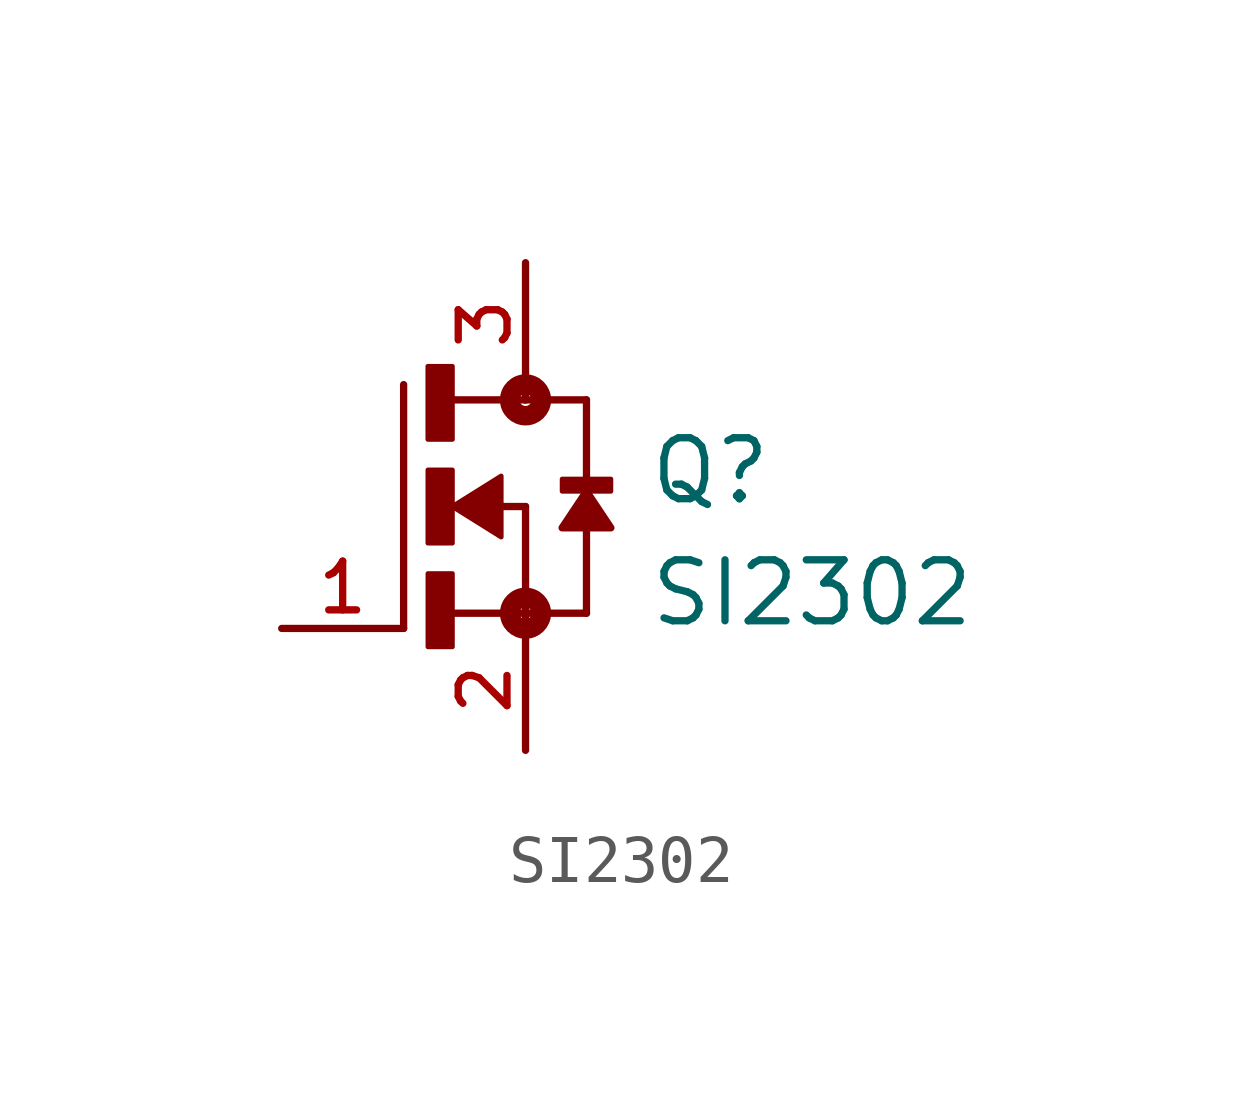
<source format=kicad_sym>
(kicad_symbol_lib
  (version 20220914)
  (generator kicad_symbol_editor)
  (symbol "SI2302"
    (pin_names
      (offset 1.016))
    (property "Reference" "Q"
      (at 16.512 11.43 0)
      (effects (font (size 1.27 1.27)) (justify left bottom)))
    (property "Value" "SI2302"
      (at 16.514 8.886 0)
      (effects (font (size 1.27 1.27)) (justify left bottom)))
    (symbol "SI2302_0_0"
      (polyline (pts (xy 11.43 8.89) (xy 11.43 13.97)) (stroke (width 0.152) (type default)) (fill (type none)))
      (polyline (pts (xy 12.383 9.207) (xy 13.97 9.207)) (stroke (width 0.152) (type default)) (fill (type none)))
      (polyline (pts (xy 12.383 13.652) (xy 13.97 13.652)) (stroke (width 0.152) (type default)) (fill (type none)))
      (polyline (pts (xy 13.462 11.43) (xy 13.97 11.43)) (stroke (width 0.152) (type default)) (fill (type none)))
      (polyline (pts (xy 13.97 9.207) (xy 13.97 8.89)) (stroke (width 0.152) (type default)) (fill (type none)))
      (polyline (pts (xy 13.97 11.43) (xy 13.97 9.207)) (stroke (width 0.152) (type default)) (fill (type none)))
      (polyline (pts (xy 13.97 13.652) (xy 15.24 13.652)) (stroke (width 0.152) (type default)) (fill (type none)))
      (polyline (pts (xy 13.97 13.97) (xy 13.97 13.652)) (stroke (width 0.152) (type default)) (fill (type none)))
      (polyline (pts (xy 15.24 9.207) (xy 13.97 9.207)) (stroke (width 0.152) (type default)) (fill (type none)))
      (polyline (pts (xy 15.24 13.652) (xy 15.24 9.207)) (stroke (width 0.152) (type default)) (fill (type none)))
      (polyline (pts (xy 12.446 11.43) (xy 13.462 12.065) (xy 13.462 10.795) (xy 12.446 11.43)) (stroke (width 0.102) (type default)) (fill (type outline)))
      (polyline (pts (xy 15.24 11.748) (xy 14.732 10.986) (xy 15.748 10.986) (xy 15.24 11.748)) (stroke (width 0.152) (type default)) (fill (type outline)))
      (rectangle (start 11.935 12.829) (end 12.446 14.351) (stroke (width 0.1) (type default)) (fill (type outline)))
      (rectangle (start 11.937 8.507) (end 12.446 10.033) (stroke (width 0.1) (type default)) (fill (type outline)))
      (rectangle (start 11.936 10.667) (end 12.446 12.192) (stroke (width 0.1) (type default)) (fill (type outline)))
      (circle (center 13.97 9.207) (radius 0.127) (stroke (width 0.406) (type default)) (fill (type none)))
      (circle (center 13.97 13.652) (radius 0.127) (stroke (width 0.406) (type default)) (fill (type none)))
      (rectangle (start 14.733 11.748) (end 15.748 12.002) (stroke (width 0.1) (type default)) (fill (type outline)))
      (pin passive line (at 8.89 8.89 0) (length 2.54) (name "~" (effects (font (size 1.016 1.016)))) (number "1" (effects (font (size 1.016 1.016)))))
      (pin passive line (at 13.97 6.35 90) (length 2.54) (name "~" (effects (font (size 1.016 1.016)))) (number "2" (effects (font (size 1.016 1.016)))))
      (pin passive line (at 13.97 16.51 270) (length 2.54) (name "~" (effects (font (size 1.016 1.016)))) (number "3" (effects (font (size 1.016 1.016))))))))
</source>
